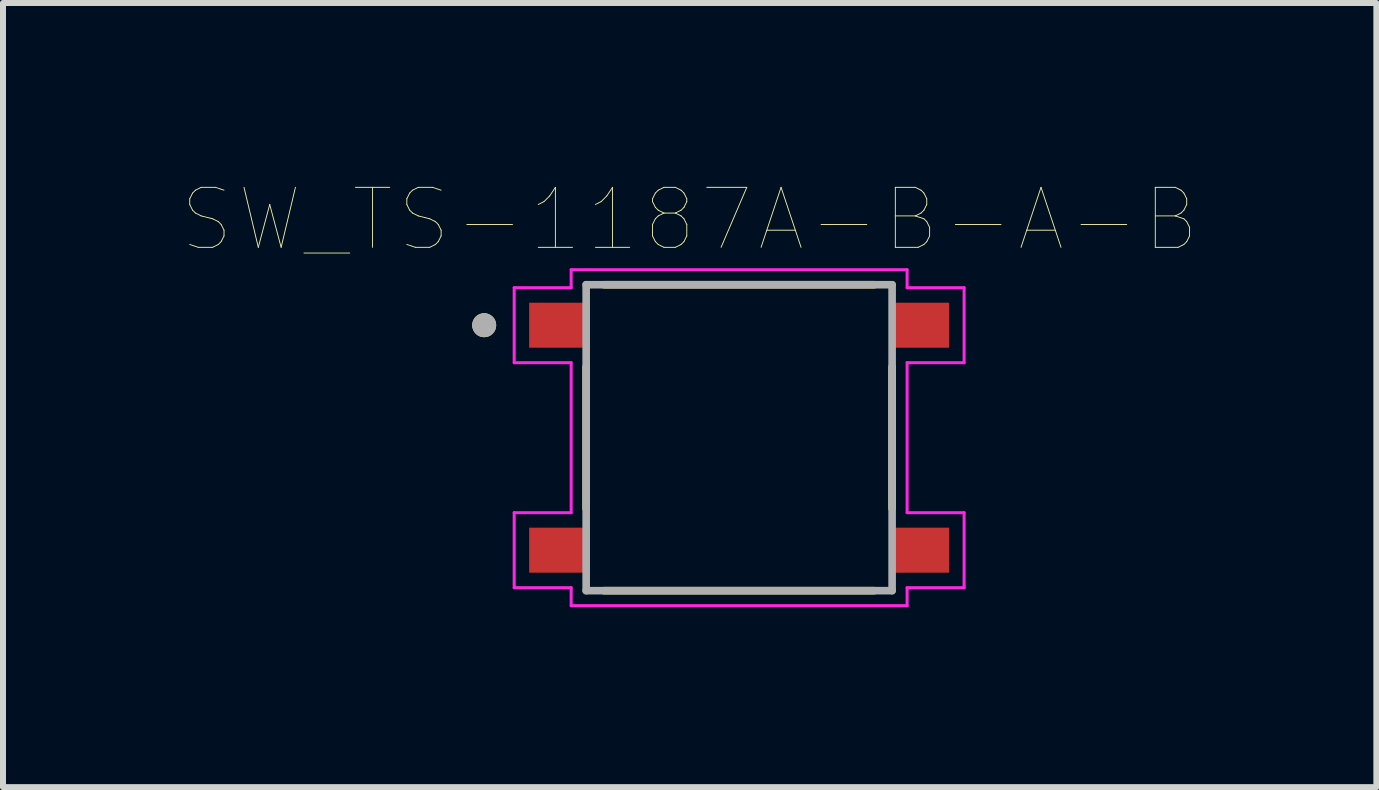
<source format=kicad_pcb>
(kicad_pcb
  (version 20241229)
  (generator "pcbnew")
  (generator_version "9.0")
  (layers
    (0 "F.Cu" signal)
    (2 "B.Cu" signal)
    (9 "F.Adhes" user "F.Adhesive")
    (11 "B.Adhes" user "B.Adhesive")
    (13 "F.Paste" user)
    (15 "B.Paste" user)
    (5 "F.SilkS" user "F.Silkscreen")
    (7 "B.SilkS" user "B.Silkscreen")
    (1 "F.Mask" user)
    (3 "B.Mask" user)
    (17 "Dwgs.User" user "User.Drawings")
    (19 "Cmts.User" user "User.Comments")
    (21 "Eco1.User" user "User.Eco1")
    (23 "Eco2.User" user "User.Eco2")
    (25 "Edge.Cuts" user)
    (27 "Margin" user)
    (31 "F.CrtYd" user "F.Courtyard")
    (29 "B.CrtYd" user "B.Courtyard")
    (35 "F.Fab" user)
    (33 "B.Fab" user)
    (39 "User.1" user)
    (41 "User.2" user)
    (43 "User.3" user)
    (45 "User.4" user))
  (footprint "SW_TS-1187A-B-A-B"
    (layer "F.Cu")
    (at 9.271 4.246)
    (property "Reference" "SW_TS-1187A-B-A-B" (at -0.825 -3.635 0) (layer "F.SilkS") (effects (font (size 1 1) (thickness 0.015))))
    (attr through_hole)
    (fp_line (start -2.55 -1.18) (end -2.55 1.18) (stroke (width 0.127) (type solid)) (layer "F.SilkS"))
    (fp_line (start 2.25 -2.55) (end -2.25 -2.55) (stroke (width 0.127) (type solid)) (layer "F.SilkS"))
    (fp_line (start 2.25 2.55) (end -2.25 2.55) (stroke (width 0.127) (type solid)) (layer "F.SilkS"))
    (fp_line (start 2.55 1.18) (end 2.55 -1.18) (stroke (width 0.127) (type solid)) (layer "F.SilkS"))
    (fp_circle (center -4.25 -1.875) (end -4.15 -1.875) (stroke (width 0.2) (type solid)) (fill no) (layer "F.SilkS"))
    (fp_line (start -3.75 -2.5) (end -3.75 -1.25) (stroke (width 0.05) (type solid)) (layer "F.CrtYd"))
    (fp_line (start -3.75 -2.5) (end -2.8 -2.5) (stroke (width 0.05) (type solid)) (layer "F.CrtYd"))
    (fp_line (start -3.75 -1.25) (end -2.8 -1.25) (stroke (width 0.05) (type solid)) (layer "F.CrtYd"))
    (fp_line (start -3.75 1.25) (end -2.8 1.25) (stroke (width 0.05) (type solid)) (layer "F.CrtYd"))
    (fp_line (start -3.75 2.5) (end -3.75 1.25) (stroke (width 0.05) (type solid)) (layer "F.CrtYd"))
    (fp_line (start -3.75 2.5) (end -2.8 2.5) (stroke (width 0.05) (type solid)) (layer "F.CrtYd"))
    (fp_line (start -2.8 -2.8) (end -2.8 -2.5) (stroke (width 0.05) (type solid)) (layer "F.CrtYd"))
    (fp_line (start -2.8 -1.25) (end -2.8 1.25) (stroke (width 0.05) (type solid)) (layer "F.CrtYd"))
    (fp_line (start -2.8 2.8) (end -2.8 2.5) (stroke (width 0.05) (type solid)) (layer "F.CrtYd"))
    (fp_line (start -2.8 2.8) (end 2.8 2.8) (stroke (width 0.05) (type solid)) (layer "F.CrtYd"))
    (fp_line (start 2.8 -2.8) (end -2.8 -2.8) (stroke (width 0.05) (type solid)) (layer "F.CrtYd"))
    (fp_line (start 2.8 -2.8) (end 2.8 -2.5) (stroke (width 0.05) (type solid)) (layer "F.CrtYd"))
    (fp_line (start 2.8 -1.25) (end 2.8 1.25) (stroke (width 0.05) (type solid)) (layer "F.CrtYd"))
    (fp_line (start 2.8 2.8) (end 2.8 2.5) (stroke (width 0.05) (type solid)) (layer "F.CrtYd"))
    (fp_line (start 3.75 -2.5) (end 2.8 -2.5) (stroke (width 0.05) (type solid)) (layer "F.CrtYd"))
    (fp_line (start 3.75 -2.5) (end 3.75 -1.25) (stroke (width 0.05) (type solid)) (layer "F.CrtYd"))
    (fp_line (start 3.75 -1.25) (end 2.8 -1.25) (stroke (width 0.05) (type solid)) (layer "F.CrtYd"))
    (fp_line (start 3.75 1.25) (end 2.8 1.25) (stroke (width 0.05) (type solid)) (layer "F.CrtYd"))
    (fp_line (start 3.75 2.5) (end 2.8 2.5) (stroke (width 0.05) (type solid)) (layer "F.CrtYd"))
    (fp_line (start 3.75 2.5) (end 3.75 1.25) (stroke (width 0.05) (type solid)) (layer "F.CrtYd"))
    (fp_line (start -2.55 -2.55) (end -2.55 2.55) (stroke (width 0.127) (type solid)) (layer "F.Fab"))
    (fp_line (start -2.55 2.55) (end 2.55 2.55) (stroke (width 0.127) (type solid)) (layer "F.Fab"))
    (fp_line (start 2.55 -2.55) (end -2.55 -2.55) (stroke (width 0.127) (type solid)) (layer "F.Fab"))
    (fp_line (start 2.55 2.55) (end 2.55 -2.55) (stroke (width 0.127) (type solid)) (layer "F.Fab"))
    (fp_circle (center -4.25 -1.875) (end -4.15 -1.875) (stroke (width 0.2) (type solid)) (fill no) (layer "F.Fab"))
    (pad "1" smd rect (at -3 -1.875) (size 1 0.75) (layers "F.Cu" "F.Mask" "F.Paste"))
    (pad "1" smd rect (at -3 1.875) (size 1 0.75) (layers "F.Cu" "F.Mask" "F.Paste"))
    (pad "2" smd rect (at 3 -1.875) (size 1 0.75) (layers "F.Cu" "F.Mask" "F.Paste"))
    (pad "2" smd rect (at 3 1.875) (size 1 0.75) (layers "F.Cu" "F.Mask" "F.Paste")))
  (gr_rect
    (start -3 -3)
    (end 19.893 10.071)
    (stroke (width 0.1) (type default))
    (fill no)
    (layer "Edge.Cuts")))
</source>
